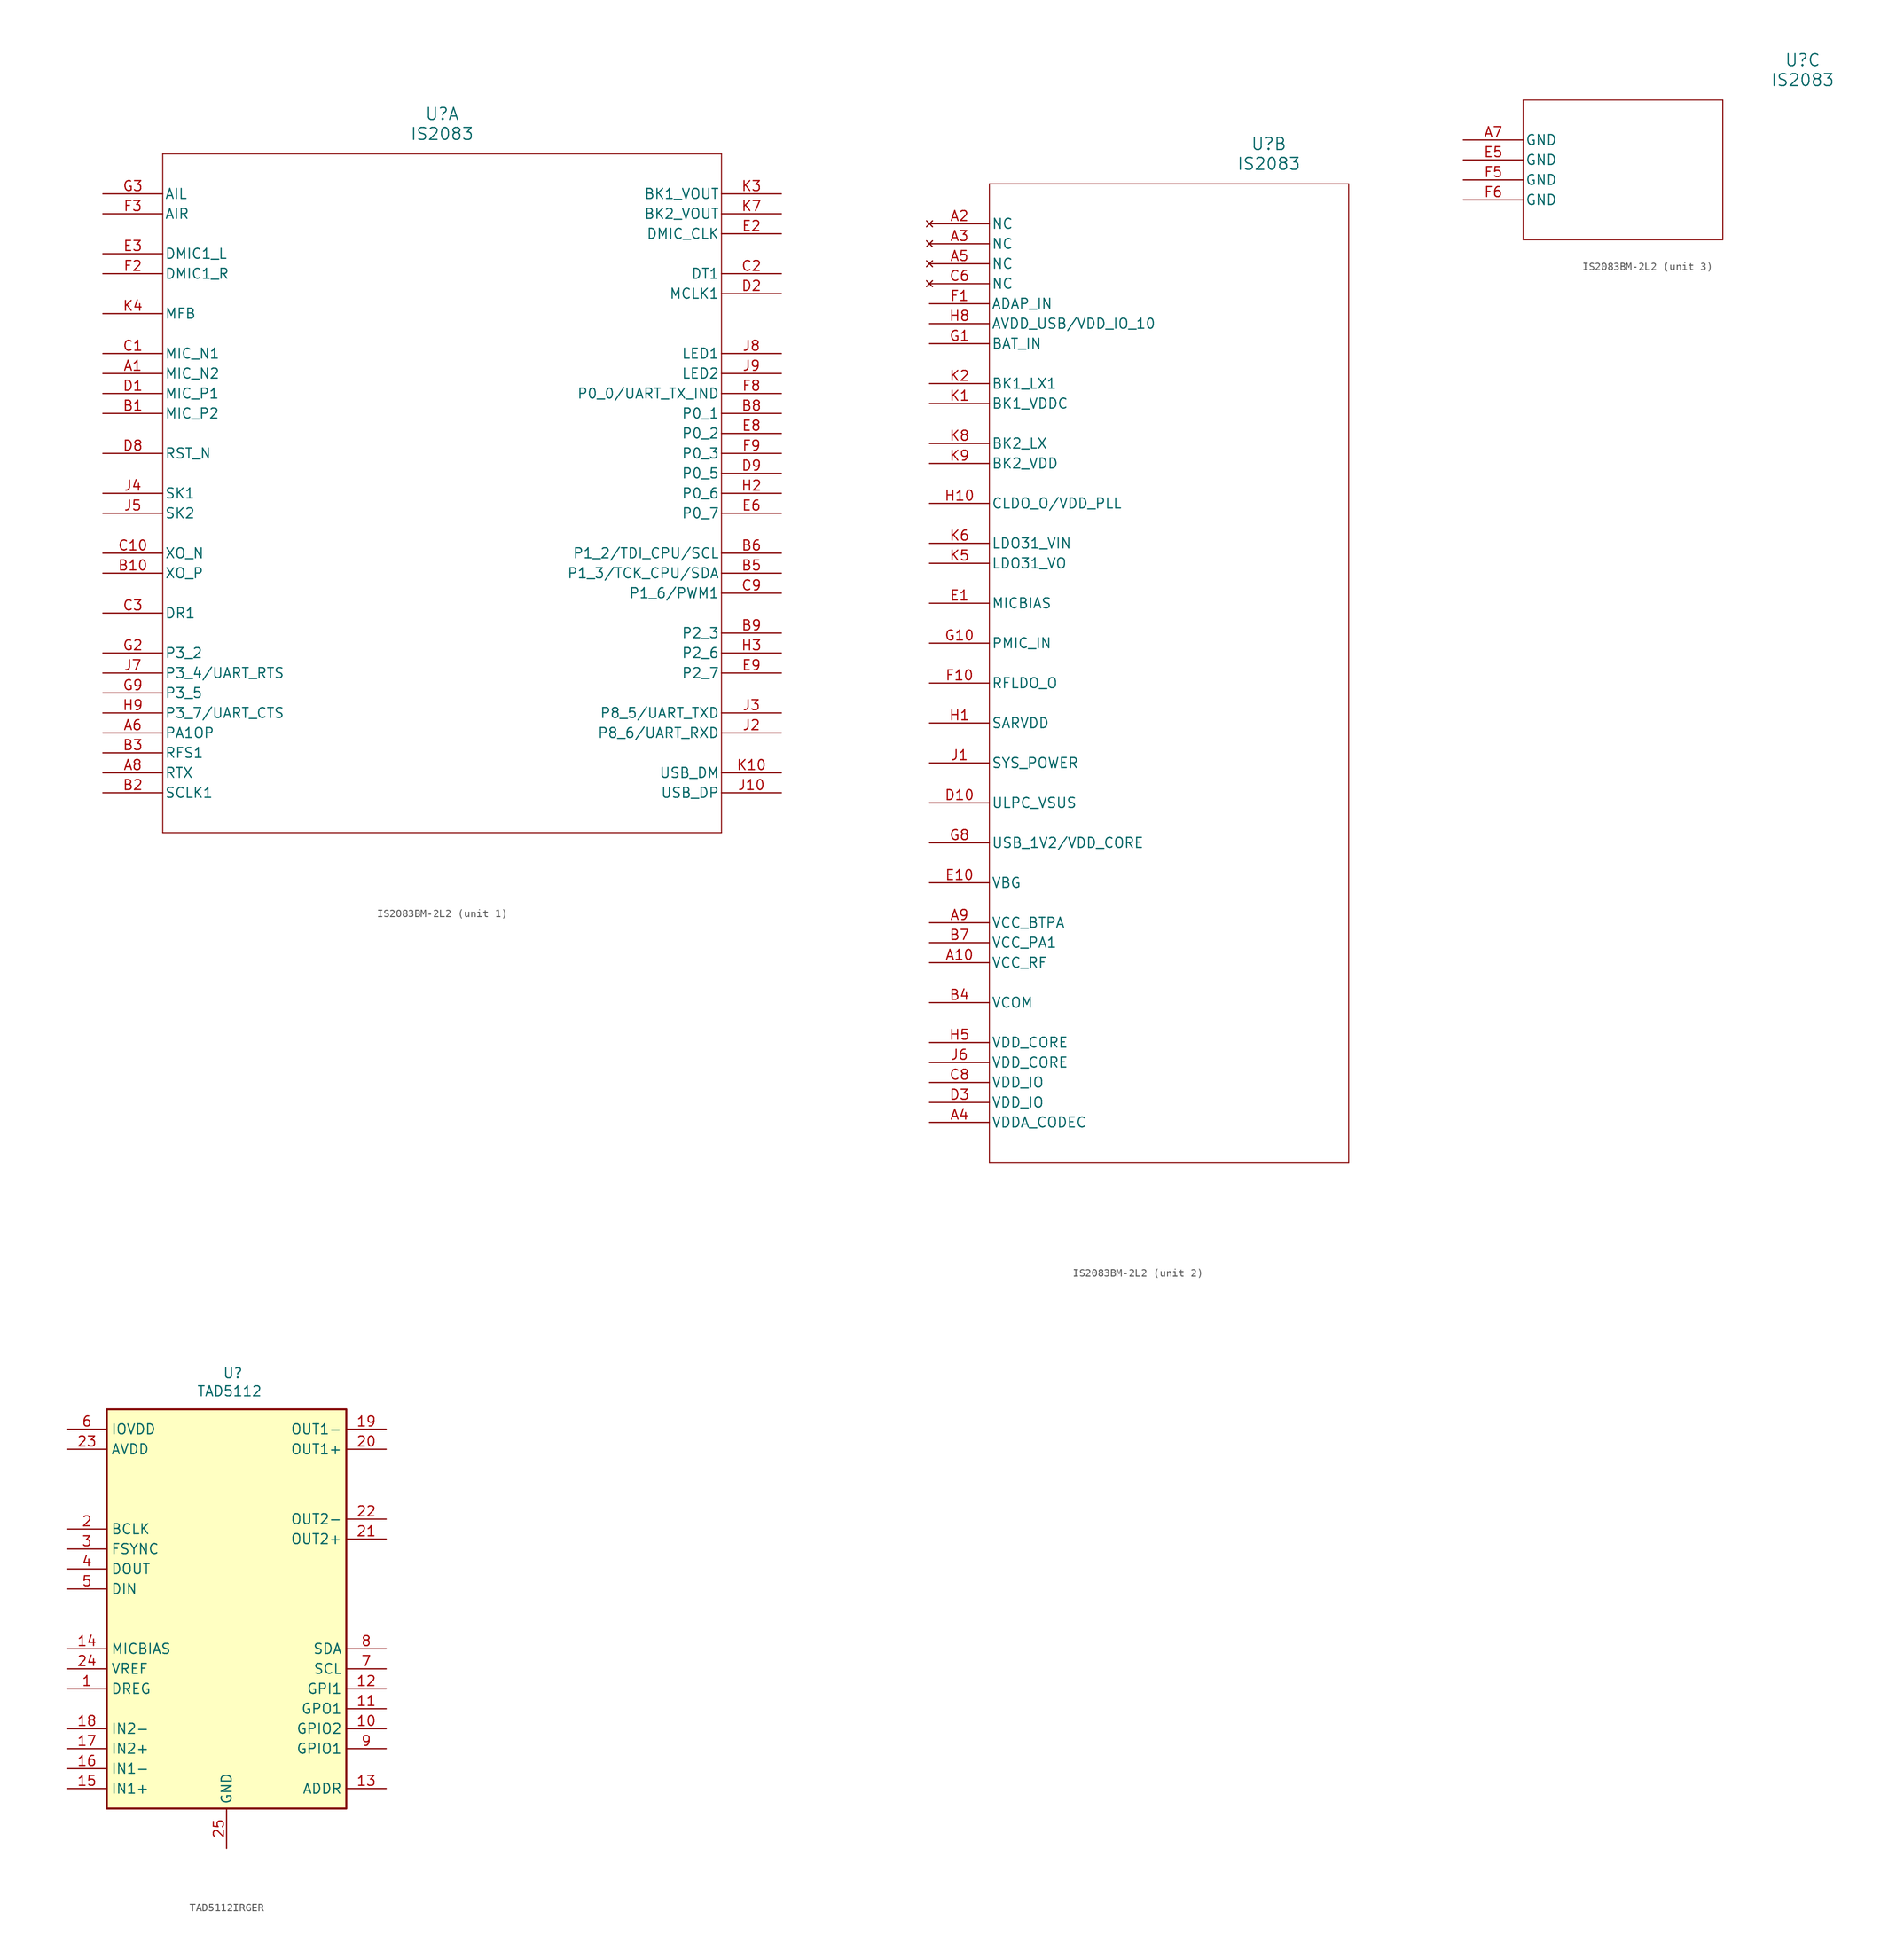
<source format=kicad_sym>
(kicad_symbol_lib
  (version 20241209)
  (generator "kicad_symbol_editor")
  (generator_version "9.0")
  (symbol "IS2083BM-2L2"
    (pin_names
      (offset 0.254))
    (property "Reference" "U"
      (at 43.18 10.16 0)
      (effects (font (size 1.524 1.524))))
    (property "Value" "IS2083"
      (at 43.18 7.62 0)
      (effects (font (size 1.524 1.524))))
    (property "ki_locked" ""
      (at 0 0 0)
      (effects (font (size 1.27 1.27))))
    (symbol "IS2083BM-2L2_1_1"
      (polyline (pts (xy 7.62 5.08) (xy 7.62 -81.28)) (stroke (width 0.127) (type default)) (fill (type none)))
      (polyline (pts (xy 7.62 -81.28) (xy 78.74 -81.28)) (stroke (width 0.127) (type default)) (fill (type none)))
      (polyline (pts (xy 78.74 5.08) (xy 7.62 5.08)) (stroke (width 0.127) (type default)) (fill (type none)))
      (polyline (pts (xy 78.74 -81.28) (xy 78.74 5.08)) (stroke (width 0.127) (type default)) (fill (type none)))
      (pin input line (at 0 0 0) (length 7.62) (name "AIL" (effects (font (size 1.27 1.27)))) (number "G3" (effects (font (size 1.27 1.27)))))
      (pin input line (at 0 -2.54 0) (length 7.62) (name "AIR" (effects (font (size 1.27 1.27)))) (number "F3" (effects (font (size 1.27 1.27)))))
      (pin input line (at 0 -7.62 0) (length 7.62) (name "DMIC1_L" (effects (font (size 1.27 1.27)))) (number "E3" (effects (font (size 1.27 1.27)))))
      (pin input line (at 0 -10.16 0) (length 7.62) (name "DMIC1_R" (effects (font (size 1.27 1.27)))) (number "F2" (effects (font (size 1.27 1.27)))))
      (pin input line (at 0 -15.24 0) (length 7.62) (name "MFB" (effects (font (size 1.27 1.27)))) (number "K4" (effects (font (size 1.27 1.27)))))
      (pin input line (at 0 -20.32 0) (length 7.62) (name "MIC_N1" (effects (font (size 1.27 1.27)))) (number "C1" (effects (font (size 1.27 1.27)))))
      (pin input line (at 0 -22.86 0) (length 7.62) (name "MIC_N2" (effects (font (size 1.27 1.27)))) (number "A1" (effects (font (size 1.27 1.27)))))
      (pin input line (at 0 -25.4 0) (length 7.62) (name "MIC_P1" (effects (font (size 1.27 1.27)))) (number "D1" (effects (font (size 1.27 1.27)))))
      (pin input line (at 0 -27.94 0) (length 7.62) (name "MIC_P2" (effects (font (size 1.27 1.27)))) (number "B1" (effects (font (size 1.27 1.27)))))
      (pin input line (at 0 -33.02 0) (length 7.62) (name "RST_N" (effects (font (size 1.27 1.27)))) (number "D8" (effects (font (size 1.27 1.27)))))
      (pin input line (at 0 -38.1 0) (length 7.62) (name "SK1" (effects (font (size 1.27 1.27)))) (number "J4" (effects (font (size 1.27 1.27)))))
      (pin input line (at 0 -40.64 0) (length 7.62) (name "SK2" (effects (font (size 1.27 1.27)))) (number "J5" (effects (font (size 1.27 1.27)))))
      (pin input line (at 0 -45.72 0) (length 7.62) (name "XO_N" (effects (font (size 1.27 1.27)))) (number "C10" (effects (font (size 1.27 1.27)))))
      (pin input line (at 0 -48.26 0) (length 7.62) (name "XO_P" (effects (font (size 1.27 1.27)))) (number "B10" (effects (font (size 1.27 1.27)))))
      (pin bidirectional line (at 0 -53.34 0) (length 7.62) (name "DR1" (effects (font (size 1.27 1.27)))) (number "C3" (effects (font (size 1.27 1.27)))))
      (pin bidirectional line (at 0 -58.42 0) (length 7.62) (name "P3_2" (effects (font (size 1.27 1.27)))) (number "G2" (effects (font (size 1.27 1.27)))))
      (pin bidirectional line (at 0 -60.96 0) (length 7.62) (name "P3_4/UART_RTS" (effects (font (size 1.27 1.27)))) (number "J7" (effects (font (size 1.27 1.27)))))
      (pin bidirectional line (at 0 -63.5 0) (length 7.62) (name "P3_5" (effects (font (size 1.27 1.27)))) (number "G9" (effects (font (size 1.27 1.27)))))
      (pin bidirectional line (at 0 -66.04 0) (length 7.62) (name "P3_7/UART_CTS" (effects (font (size 1.27 1.27)))) (number "H9" (effects (font (size 1.27 1.27)))))
      (pin bidirectional line (at 0 -68.58 0) (length 7.62) (name "PA1OP" (effects (font (size 1.27 1.27)))) (number "A6" (effects (font (size 1.27 1.27)))))
      (pin bidirectional line (at 0 -71.12 0) (length 7.62) (name "RFS1" (effects (font (size 1.27 1.27)))) (number "B3" (effects (font (size 1.27 1.27)))))
      (pin bidirectional line (at 0 -73.66 0) (length 7.62) (name "RTX" (effects (font (size 1.27 1.27)))) (number "A8" (effects (font (size 1.27 1.27)))))
      (pin bidirectional line (at 0 -76.2 0) (length 7.62) (name "SCLK1" (effects (font (size 1.27 1.27)))) (number "B2" (effects (font (size 1.27 1.27)))))
      (pin power_in line (at 86.36 0 180) (length 7.62) (name "BK1_VOUT" (effects (font (size 1.27 1.27)))) (number "K3" (effects (font (size 1.27 1.27)))))
      (pin power_in line (at 86.36 -2.54 180) (length 7.62) (name "BK2_VOUT" (effects (font (size 1.27 1.27)))) (number "K7" (effects (font (size 1.27 1.27)))))
      (pin output line (at 86.36 -5.08 180) (length 7.62) (name "DMIC_CLK" (effects (font (size 1.27 1.27)))) (number "E2" (effects (font (size 1.27 1.27)))))
      (pin output line (at 86.36 -10.16 180) (length 7.62) (name "DT1" (effects (font (size 1.27 1.27)))) (number "C2" (effects (font (size 1.27 1.27)))))
      (pin output line (at 86.36 -12.7 180) (length 7.62) (name "MCLK1" (effects (font (size 1.27 1.27)))) (number "D2" (effects (font (size 1.27 1.27)))))
      (pin output line (at 86.36 -20.32 180) (length 7.62) (name "LED1" (effects (font (size 1.27 1.27)))) (number "J8" (effects (font (size 1.27 1.27)))))
      (pin output line (at 86.36 -22.86 180) (length 7.62) (name "LED2" (effects (font (size 1.27 1.27)))) (number "J9" (effects (font (size 1.27 1.27)))))
      (pin bidirectional line (at 86.36 -25.4 180) (length 7.62) (name "P0_0/UART_TX_IND" (effects (font (size 1.27 1.27)))) (number "F8" (effects (font (size 1.27 1.27)))))
      (pin bidirectional line (at 86.36 -27.94 180) (length 7.62) (name "P0_1" (effects (font (size 1.27 1.27)))) (number "B8" (effects (font (size 1.27 1.27)))))
      (pin bidirectional line (at 86.36 -30.48 180) (length 7.62) (name "P0_2" (effects (font (size 1.27 1.27)))) (number "E8" (effects (font (size 1.27 1.27)))))
      (pin bidirectional line (at 86.36 -33.02 180) (length 7.62) (name "P0_3" (effects (font (size 1.27 1.27)))) (number "F9" (effects (font (size 1.27 1.27)))))
      (pin bidirectional line (at 86.36 -35.56 180) (length 7.62) (name "P0_5" (effects (font (size 1.27 1.27)))) (number "D9" (effects (font (size 1.27 1.27)))))
      (pin bidirectional line (at 86.36 -38.1 180) (length 7.62) (name "P0_6" (effects (font (size 1.27 1.27)))) (number "H2" (effects (font (size 1.27 1.27)))))
      (pin bidirectional line (at 86.36 -40.64 180) (length 7.62) (name "P0_7" (effects (font (size 1.27 1.27)))) (number "E6" (effects (font (size 1.27 1.27)))))
      (pin bidirectional line (at 86.36 -45.72 180) (length 7.62) (name "P1_2/TDI_CPU/SCL" (effects (font (size 1.27 1.27)))) (number "B6" (effects (font (size 1.27 1.27)))))
      (pin bidirectional line (at 86.36 -48.26 180) (length 7.62) (name "P1_3/TCK_CPU/SDA" (effects (font (size 1.27 1.27)))) (number "B5" (effects (font (size 1.27 1.27)))))
      (pin bidirectional line (at 86.36 -50.8 180) (length 7.62) (name "P1_6/PWM1" (effects (font (size 1.27 1.27)))) (number "C9" (effects (font (size 1.27 1.27)))))
      (pin bidirectional line (at 86.36 -55.88 180) (length 7.62) (name "P2_3" (effects (font (size 1.27 1.27)))) (number "B9" (effects (font (size 1.27 1.27)))))
      (pin bidirectional line (at 86.36 -58.42 180) (length 7.62) (name "P2_6" (effects (font (size 1.27 1.27)))) (number "H3" (effects (font (size 1.27 1.27)))))
      (pin bidirectional line (at 86.36 -60.96 180) (length 7.62) (name "P2_7" (effects (font (size 1.27 1.27)))) (number "E9" (effects (font (size 1.27 1.27)))))
      (pin bidirectional line (at 86.36 -66.04 180) (length 7.62) (name "P8_5/UART_TXD" (effects (font (size 1.27 1.27)))) (number "J3" (effects (font (size 1.27 1.27)))))
      (pin bidirectional line (at 86.36 -68.58 180) (length 7.62) (name "P8_6/UART_RXD" (effects (font (size 1.27 1.27)))) (number "J2" (effects (font (size 1.27 1.27)))))
      (pin bidirectional line (at 86.36 -73.66 180) (length 7.62) (name "USB_DM" (effects (font (size 1.27 1.27)))) (number "K10" (effects (font (size 1.27 1.27)))))
      (pin bidirectional line (at 86.36 -76.2 180) (length 7.62) (name "USB_DP" (effects (font (size 1.27 1.27)))) (number "J10" (effects (font (size 1.27 1.27))))))
    (symbol "IS2083BM-2L2_2_1"
      (polyline (pts (xy 7.62 5.08) (xy 7.62 -119.38)) (stroke (width 0.127) (type default)) (fill (type none)))
      (polyline (pts (xy 7.62 -119.38) (xy 53.34 -119.38)) (stroke (width 0.127) (type default)) (fill (type none)))
      (polyline (pts (xy 53.34 5.08) (xy 7.62 5.08)) (stroke (width 0.127) (type default)) (fill (type none)))
      (polyline (pts (xy 53.34 -119.38) (xy 53.34 5.08)) (stroke (width 0.127) (type default)) (fill (type none)))
      (pin no_connect line (at 0 0 0) (length 7.62) (name "NC" (effects (font (size 1.27 1.27)))) (number "A2" (effects (font (size 1.27 1.27)))))
      (pin no_connect line (at 0 -2.54 0) (length 7.62) (name "NC" (effects (font (size 1.27 1.27)))) (number "A3" (effects (font (size 1.27 1.27)))))
      (pin no_connect line (at 0 -5.08 0) (length 7.62) (name "NC" (effects (font (size 1.27 1.27)))) (number "A5" (effects (font (size 1.27 1.27)))))
      (pin no_connect line (at 0 -7.62 0) (length 7.62) (name "NC" (effects (font (size 1.27 1.27)))) (number "C6" (effects (font (size 1.27 1.27)))))
      (pin power_in line (at 0 -10.16 0) (length 7.62) (name "ADAP_IN" (effects (font (size 1.27 1.27)))) (number "F1" (effects (font (size 1.27 1.27)))))
      (pin power_in line (at 0 -12.7 0) (length 7.62) (name "AVDD_USB/VDD_IO_10" (effects (font (size 1.27 1.27)))) (number "H8" (effects (font (size 1.27 1.27)))))
      (pin power_in line (at 0 -15.24 0) (length 7.62) (name "BAT_IN" (effects (font (size 1.27 1.27)))) (number "G1" (effects (font (size 1.27 1.27)))))
      (pin power_in line (at 0 -20.32 0) (length 7.62) (name "BK1_LX1" (effects (font (size 1.27 1.27)))) (number "K2" (effects (font (size 1.27 1.27)))))
      (pin power_in line (at 0 -22.86 0) (length 7.62) (name "BK1_VDDC" (effects (font (size 1.27 1.27)))) (number "K1" (effects (font (size 1.27 1.27)))))
      (pin power_in line (at 0 -27.94 0) (length 7.62) (name "BK2_LX" (effects (font (size 1.27 1.27)))) (number "K8" (effects (font (size 1.27 1.27)))))
      (pin power_in line (at 0 -30.48 0) (length 7.62) (name "BK2_VDD" (effects (font (size 1.27 1.27)))) (number "K9" (effects (font (size 1.27 1.27)))))
      (pin power_in line (at 0 -35.56 0) (length 7.62) (name "CLDO_O/VDD_PLL" (effects (font (size 1.27 1.27)))) (number "H10" (effects (font (size 1.27 1.27)))))
      (pin power_in line (at 0 -40.64 0) (length 7.62) (name "LDO31_VIN" (effects (font (size 1.27 1.27)))) (number "K6" (effects (font (size 1.27 1.27)))))
      (pin power_in line (at 0 -43.18 0) (length 7.62) (name "LDO31_VO" (effects (font (size 1.27 1.27)))) (number "K5" (effects (font (size 1.27 1.27)))))
      (pin power_in line (at 0 -48.26 0) (length 7.62) (name "MICBIAS" (effects (font (size 1.27 1.27)))) (number "E1" (effects (font (size 1.27 1.27)))))
      (pin power_in line (at 0 -53.34 0) (length 7.62) (name "PMIC_IN" (effects (font (size 1.27 1.27)))) (number "G10" (effects (font (size 1.27 1.27)))))
      (pin power_in line (at 0 -58.42 0) (length 7.62) (name "RFLDO_O" (effects (font (size 1.27 1.27)))) (number "F10" (effects (font (size 1.27 1.27)))))
      (pin power_in line (at 0 -63.5 0) (length 7.62) (name "SARVDD" (effects (font (size 1.27 1.27)))) (number "H1" (effects (font (size 1.27 1.27)))))
      (pin power_in line (at 0 -68.58 0) (length 7.62) (name "SYS_POWER" (effects (font (size 1.27 1.27)))) (number "J1" (effects (font (size 1.27 1.27)))))
      (pin power_in line (at 0 -73.66 0) (length 7.62) (name "ULPC_VSUS" (effects (font (size 1.27 1.27)))) (number "D10" (effects (font (size 1.27 1.27)))))
      (pin power_in line (at 0 -78.74 0) (length 7.62) (name "USB_1V2/VDD_CORE" (effects (font (size 1.27 1.27)))) (number "G8" (effects (font (size 1.27 1.27)))))
      (pin power_in line (at 0 -83.82 0) (length 7.62) (name "VBG" (effects (font (size 1.27 1.27)))) (number "E10" (effects (font (size 1.27 1.27)))))
      (pin power_in line (at 0 -88.9 0) (length 7.62) (name "VCC_BTPA" (effects (font (size 1.27 1.27)))) (number "A9" (effects (font (size 1.27 1.27)))))
      (pin power_in line (at 0 -91.44 0) (length 7.62) (name "VCC_PA1" (effects (font (size 1.27 1.27)))) (number "B7" (effects (font (size 1.27 1.27)))))
      (pin power_in line (at 0 -93.98 0) (length 7.62) (name "VCC_RF" (effects (font (size 1.27 1.27)))) (number "A10" (effects (font (size 1.27 1.27)))))
      (pin power_in line (at 0 -99.06 0) (length 7.62) (name "VCOM" (effects (font (size 1.27 1.27)))) (number "B4" (effects (font (size 1.27 1.27)))))
      (pin power_in line (at 0 -104.14 0) (length 7.62) (name "VDD_CORE" (effects (font (size 1.27 1.27)))) (number "H5" (effects (font (size 1.27 1.27)))))
      (pin power_in line (at 0 -106.68 0) (length 7.62) (name "VDD_CORE" (effects (font (size 1.27 1.27)))) (number "J6" (effects (font (size 1.27 1.27)))))
      (pin power_in line (at 0 -109.22 0) (length 7.62) (name "VDD_IO" (effects (font (size 1.27 1.27)))) (number "C8" (effects (font (size 1.27 1.27)))))
      (pin power_in line (at 0 -111.76 0) (length 7.62) (name "VDD_IO" (effects (font (size 1.27 1.27)))) (number "D3" (effects (font (size 1.27 1.27)))))
      (pin power_in line (at 0 -114.3 0) (length 7.62) (name "VDDA_CODEC" (effects (font (size 1.27 1.27)))) (number "A4" (effects (font (size 1.27 1.27))))))
    (symbol "IS2083BM-2L2_3_1"
      (polyline (pts (xy 7.62 5.08) (xy 7.62 -12.7)) (stroke (width 0.127) (type default)) (fill (type none)))
      (polyline (pts (xy 7.62 -12.7) (xy 33.02 -12.7)) (stroke (width 0.127) (type default)) (fill (type none)))
      (polyline (pts (xy 33.02 5.08) (xy 7.62 5.08)) (stroke (width 0.127) (type default)) (fill (type none)))
      (polyline (pts (xy 33.02 -12.7) (xy 33.02 5.08)) (stroke (width 0.127) (type default)) (fill (type none)))
      (pin power_out line (at 0 0 0) (length 7.62) (name "GND" (effects (font (size 1.27 1.27)))) (number "A7" (effects (font (size 1.27 1.27)))))
      (pin power_out line (at 0 -2.54 0) (length 7.62) (name "GND" (effects (font (size 1.27 1.27)))) (number "E5" (effects (font (size 1.27 1.27)))))
      (pin power_out line (at 0 -5.08 0) (length 7.62) (name "GND" (effects (font (size 1.27 1.27)))) (number "F5" (effects (font (size 1.27 1.27)))))
      (pin power_out line (at 0 -7.62 0) (length 7.62) (name "GND" (effects (font (size 1.27 1.27)))) (number "F6" (effects (font (size 1.27 1.27)))))))
  (symbol "TAD5112IRGER"
    (property "Reference" "U"
      (at -0.508 30.734 0)
      (effects (font (size 1.27 1.27)) (justify left top)))
    (property "Value" "TAD5112"
      (at -3.81 28.448 0)
      (effects (font (size 1.27 1.27)) (justify left top)))
    (symbol "TAD5112IRGER_1_1"
      (rectangle (start -15.24 25.4) (end 15.24 -25.4) (stroke (width 0.254) (type default)) (fill (type background)))
      (pin power_in line (at -20.32 22.86 0) (length 5.08) (name "IOVDD" (effects (font (size 1.27 1.27)))) (number "6" (effects (font (size 1.27 1.27)))))
      (pin power_in line (at -20.32 20.32 0) (length 5.08) (name "AVDD" (effects (font (size 1.27 1.27)))) (number "23" (effects (font (size 1.27 1.27)))))
      (pin input line (at -20.32 10.16 0) (length 5.08) (name "BCLK" (effects (font (size 1.27 1.27)))) (number "2" (effects (font (size 1.27 1.27)))))
      (pin input line (at -20.32 7.62 0) (length 5.08) (name "FSYNC" (effects (font (size 1.27 1.27)))) (number "3" (effects (font (size 1.27 1.27)))))
      (pin output line (at -20.32 5.08 0) (length 5.08) (name "DOUT" (effects (font (size 1.27 1.27)))) (number "4" (effects (font (size 1.27 1.27)))))
      (pin input line (at -20.32 2.54 0) (length 5.08) (name "DIN" (effects (font (size 1.27 1.27)))) (number "5" (effects (font (size 1.27 1.27)))))
      (pin passive line (at -20.32 -5.08 0) (length 5.08) (name "MICBIAS" (effects (font (size 1.27 1.27)))) (number "14" (effects (font (size 1.27 1.27)))))
      (pin power_in line (at -20.32 -7.62 0) (length 5.08) (name "VREF" (effects (font (size 1.27 1.27)))) (number "24" (effects (font (size 1.27 1.27)))))
      (pin power_in line (at -20.32 -10.16 0) (length 5.08) (name "DREG" (effects (font (size 1.27 1.27)))) (number "1" (effects (font (size 1.27 1.27)))))
      (pin input line (at -20.32 -15.24 0) (length 5.08) (name "IN2-" (effects (font (size 1.27 1.27)))) (number "18" (effects (font (size 1.27 1.27)))))
      (pin input line (at -20.32 -17.78 0) (length 5.08) (name "IN2+" (effects (font (size 1.27 1.27)))) (number "17" (effects (font (size 1.27 1.27)))))
      (pin input line (at -20.32 -20.32 0) (length 5.08) (name "IN1-" (effects (font (size 1.27 1.27)))) (number "16" (effects (font (size 1.27 1.27)))))
      (pin input line (at -20.32 -22.86 0) (length 5.08) (name "IN1+" (effects (font (size 1.27 1.27)))) (number "15" (effects (font (size 1.27 1.27)))))
      (pin power_in line (at 0 -30.48 90) (length 5.08) (name "GND" (effects (font (size 1.27 1.27)))) (number "25" (effects (font (size 1.27 1.27)))))
      (pin power_in line (at 0 -30.48 90) (length 5.08) (hide yes) (name "GND" (effects (font (size 1.27 1.27)))) (number "26" (effects (font (size 1.27 1.27)))))
      (pin power_in line (at 0 -30.48 90) (length 5.08) (hide yes) (name "GND" (effects (font (size 1.27 1.27)))) (number "27" (effects (font (size 1.27 1.27)))))
      (pin power_in line (at 0 -30.48 90) (length 5.08) (hide yes) (name "GND" (effects (font (size 1.27 1.27)))) (number "28" (effects (font (size 1.27 1.27)))))
      (pin power_in line (at 0 -30.48 90) (length 5.08) (hide yes) (name "GND" (effects (font (size 1.27 1.27)))) (number "29" (effects (font (size 1.27 1.27)))))
      (pin output line (at 20.32 22.86 180) (length 5.08) (name "OUT1-" (effects (font (size 1.27 1.27)))) (number "19" (effects (font (size 1.27 1.27)))))
      (pin output line (at 20.32 20.32 180) (length 5.08) (name "OUT1+" (effects (font (size 1.27 1.27)))) (number "20" (effects (font (size 1.27 1.27)))))
      (pin output line (at 20.32 11.43 180) (length 5.08) (name "OUT2-" (effects (font (size 1.27 1.27)))) (number "22" (effects (font (size 1.27 1.27)))))
      (pin output line (at 20.32 8.89 180) (length 5.08) (name "OUT2+" (effects (font (size 1.27 1.27)))) (number "21" (effects (font (size 1.27 1.27)))))
      (pin bidirectional line (at 20.32 -5.08 180) (length 5.08) (name "SDA" (effects (font (size 1.27 1.27)))) (number "8" (effects (font (size 1.27 1.27)))))
      (pin bidirectional line (at 20.32 -7.62 180) (length 5.08) (name "SCL" (effects (font (size 1.27 1.27)))) (number "7" (effects (font (size 1.27 1.27)))))
      (pin input line (at 20.32 -10.16 180) (length 5.08) (name "GPI1" (effects (font (size 1.27 1.27)))) (number "12" (effects (font (size 1.27 1.27)))))
      (pin output line (at 20.32 -12.7 180) (length 5.08) (name "GPO1" (effects (font (size 1.27 1.27)))) (number "11" (effects (font (size 1.27 1.27)))))
      (pin bidirectional line (at 20.32 -15.24 180) (length 5.08) (name "GPIO2" (effects (font (size 1.27 1.27)))) (number "10" (effects (font (size 1.27 1.27)))))
      (pin bidirectional line (at 20.32 -17.78 180) (length 5.08) (name "GPIO1" (effects (font (size 1.27 1.27)))) (number "9" (effects (font (size 1.27 1.27)))))
      (pin passive line (at 20.32 -22.86 180) (length 5.08) (name "ADDR" (effects (font (size 1.27 1.27)))) (number "13" (effects (font (size 1.27 1.27))))))))
</source>
